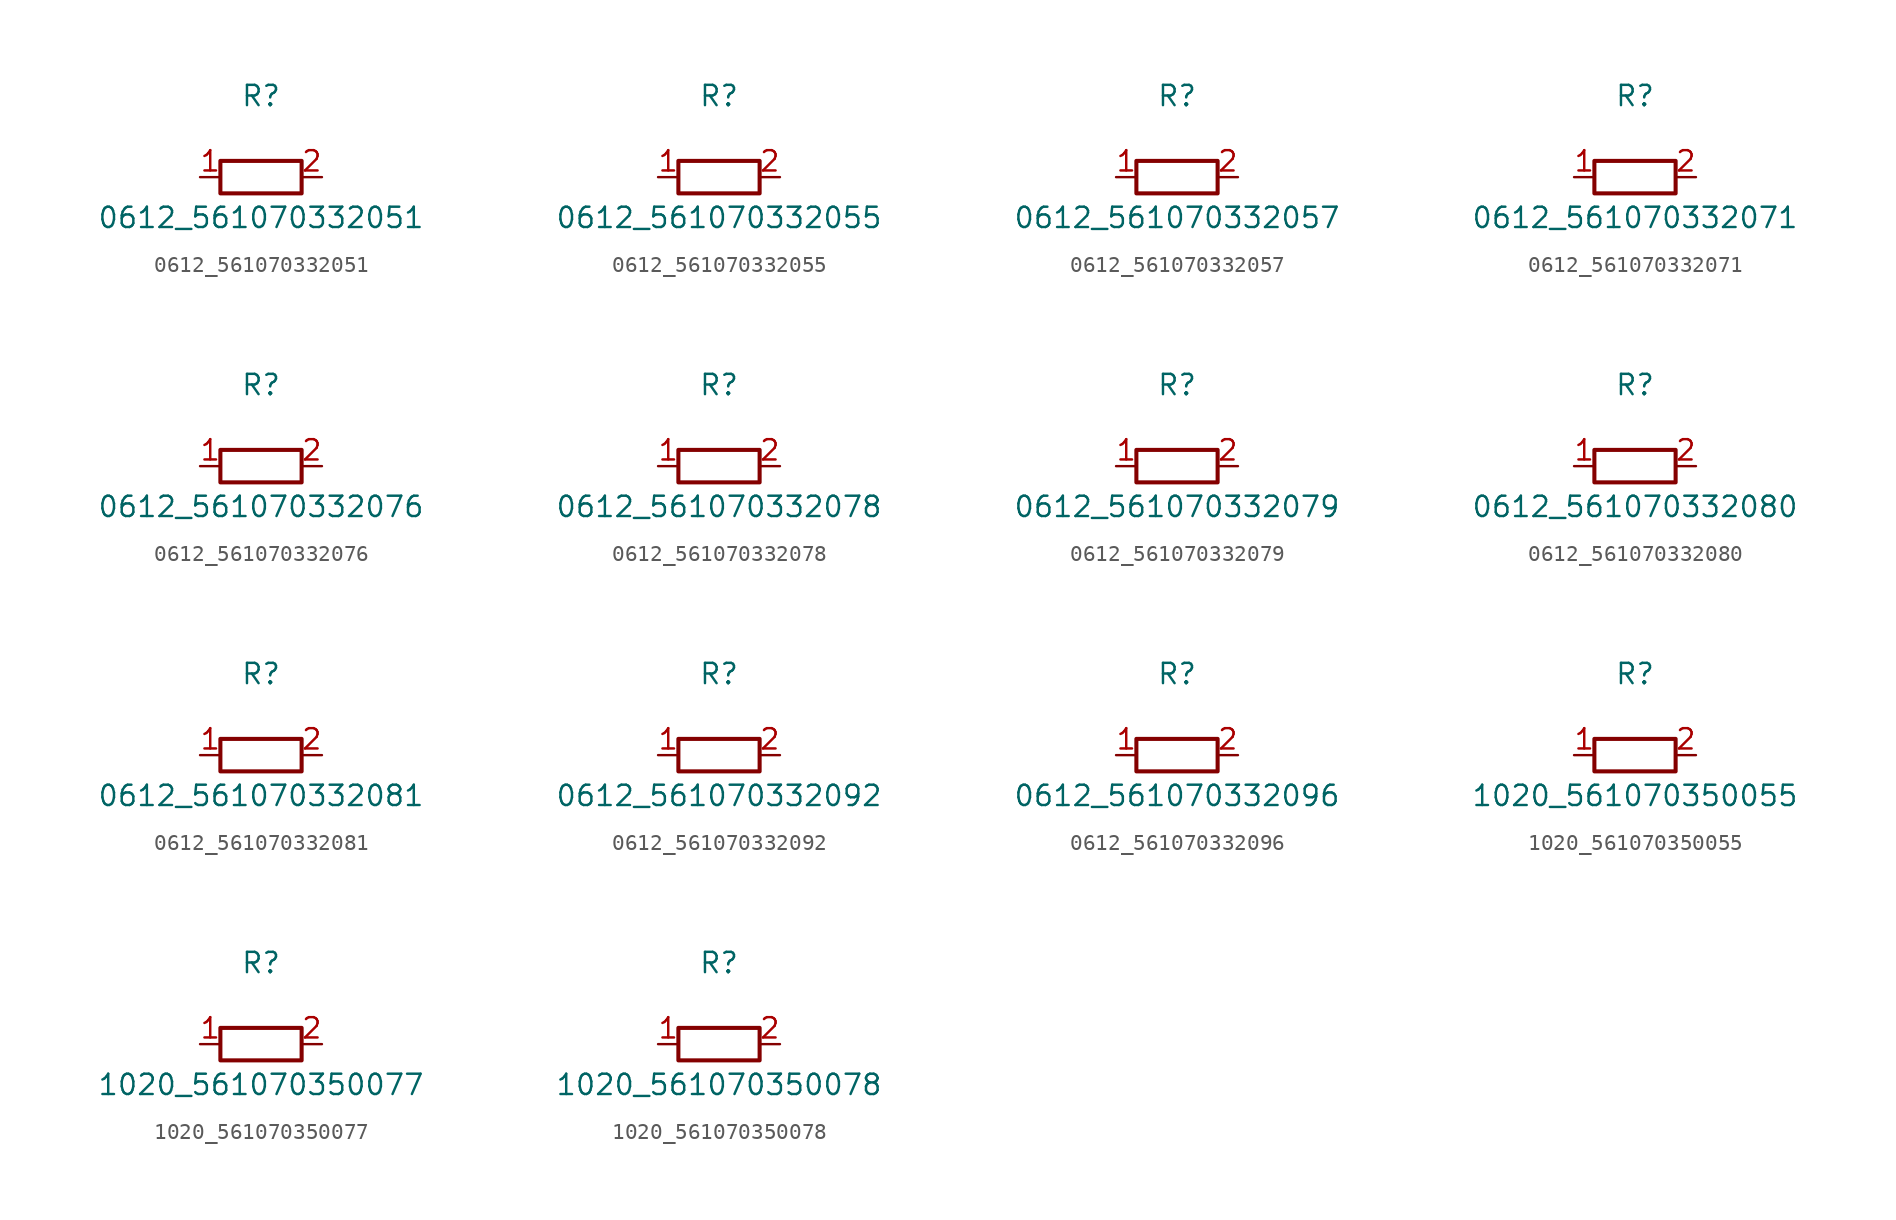
<source format=kicad_sym>
(kicad_symbol_lib
  (version 20220914)
  (generator kicad_symbol_editor)
  (symbol "0612_561070332051"
    (pin_names hide)
    (property "Reference" "R"
      (at 0 5.08 0)
      (effects (font (size 1.27 1.27))))
    (property "Value" "0612_561070332051"
      (at 0 -2.54 0)
      (effects (font (size 1.27 1.27))))
    (symbol "0612_561070332051_0_1"
      (rectangle (start -2.54 -1.016) (end 2.54 1.016) (stroke (width 0.254) (type default)) (fill (type none))))
    (symbol "0612_561070332051_1_1"
      (pin passive line (at -3.81 0 0) (length 1.27) (name "~" (effects (font (size 1.27 1.27)))) (number "1" (effects (font (size 1.27 1.27)))))
      (pin passive line (at 3.81 0 180) (length 1.27) (name "~" (effects (font (size 1.27 1.27)))) (number "2" (effects (font (size 1.27 1.27)))))))
  (symbol "0612_561070332055"
    (pin_names hide)
    (property "Reference" "R"
      (at 0 5.08 0)
      (effects (font (size 1.27 1.27))))
    (property "Value" "0612_561070332055"
      (at 0 -2.54 0)
      (effects (font (size 1.27 1.27))))
    (symbol "0612_561070332055_0_1"
      (rectangle (start -2.54 -1.016) (end 2.54 1.016) (stroke (width 0.254) (type default)) (fill (type none))))
    (symbol "0612_561070332055_1_1"
      (pin passive line (at -3.81 0 0) (length 1.27) (name "~" (effects (font (size 1.27 1.27)))) (number "1" (effects (font (size 1.27 1.27)))))
      (pin passive line (at 3.81 0 180) (length 1.27) (name "~" (effects (font (size 1.27 1.27)))) (number "2" (effects (font (size 1.27 1.27)))))))
  (symbol "0612_561070332057"
    (pin_names hide)
    (property "Reference" "R"
      (at 0 5.08 0)
      (effects (font (size 1.27 1.27))))
    (property "Value" "0612_561070332057"
      (at 0 -2.54 0)
      (effects (font (size 1.27 1.27))))
    (symbol "0612_561070332057_0_1"
      (rectangle (start -2.54 -1.016) (end 2.54 1.016) (stroke (width 0.254) (type default)) (fill (type none))))
    (symbol "0612_561070332057_1_1"
      (pin passive line (at -3.81 0 0) (length 1.27) (name "~" (effects (font (size 1.27 1.27)))) (number "1" (effects (font (size 1.27 1.27)))))
      (pin passive line (at 3.81 0 180) (length 1.27) (name "~" (effects (font (size 1.27 1.27)))) (number "2" (effects (font (size 1.27 1.27)))))))
  (symbol "0612_561070332071"
    (pin_names hide)
    (property "Reference" "R"
      (at 0 5.08 0)
      (effects (font (size 1.27 1.27))))
    (property "Value" "0612_561070332071"
      (at 0 -2.54 0)
      (effects (font (size 1.27 1.27))))
    (symbol "0612_561070332071_0_1"
      (rectangle (start -2.54 -1.016) (end 2.54 1.016) (stroke (width 0.254) (type default)) (fill (type none))))
    (symbol "0612_561070332071_1_1"
      (pin passive line (at -3.81 0 0) (length 1.27) (name "~" (effects (font (size 1.27 1.27)))) (number "1" (effects (font (size 1.27 1.27)))))
      (pin passive line (at 3.81 0 180) (length 1.27) (name "~" (effects (font (size 1.27 1.27)))) (number "2" (effects (font (size 1.27 1.27)))))))
  (symbol "0612_561070332076"
    (pin_names hide)
    (property "Reference" "R"
      (at 0 5.08 0)
      (effects (font (size 1.27 1.27))))
    (property "Value" "0612_561070332076"
      (at 0 -2.54 0)
      (effects (font (size 1.27 1.27))))
    (symbol "0612_561070332076_0_1"
      (rectangle (start -2.54 -1.016) (end 2.54 1.016) (stroke (width 0.254) (type default)) (fill (type none))))
    (symbol "0612_561070332076_1_1"
      (pin passive line (at -3.81 0 0) (length 1.27) (name "~" (effects (font (size 1.27 1.27)))) (number "1" (effects (font (size 1.27 1.27)))))
      (pin passive line (at 3.81 0 180) (length 1.27) (name "~" (effects (font (size 1.27 1.27)))) (number "2" (effects (font (size 1.27 1.27)))))))
  (symbol "0612_561070332078"
    (pin_names hide)
    (property "Reference" "R"
      (at 0 5.08 0)
      (effects (font (size 1.27 1.27))))
    (property "Value" "0612_561070332078"
      (at 0 -2.54 0)
      (effects (font (size 1.27 1.27))))
    (symbol "0612_561070332078_0_1"
      (rectangle (start -2.54 -1.016) (end 2.54 1.016) (stroke (width 0.254) (type default)) (fill (type none))))
    (symbol "0612_561070332078_1_1"
      (pin passive line (at -3.81 0 0) (length 1.27) (name "~" (effects (font (size 1.27 1.27)))) (number "1" (effects (font (size 1.27 1.27)))))
      (pin passive line (at 3.81 0 180) (length 1.27) (name "~" (effects (font (size 1.27 1.27)))) (number "2" (effects (font (size 1.27 1.27)))))))
  (symbol "0612_561070332079"
    (pin_names hide)
    (property "Reference" "R"
      (at 0 5.08 0)
      (effects (font (size 1.27 1.27))))
    (property "Value" "0612_561070332079"
      (at 0 -2.54 0)
      (effects (font (size 1.27 1.27))))
    (symbol "0612_561070332079_0_1"
      (rectangle (start -2.54 -1.016) (end 2.54 1.016) (stroke (width 0.254) (type default)) (fill (type none))))
    (symbol "0612_561070332079_1_1"
      (pin passive line (at -3.81 0 0) (length 1.27) (name "~" (effects (font (size 1.27 1.27)))) (number "1" (effects (font (size 1.27 1.27)))))
      (pin passive line (at 3.81 0 180) (length 1.27) (name "~" (effects (font (size 1.27 1.27)))) (number "2" (effects (font (size 1.27 1.27)))))))
  (symbol "0612_561070332080"
    (pin_names hide)
    (property "Reference" "R"
      (at 0 5.08 0)
      (effects (font (size 1.27 1.27))))
    (property "Value" "0612_561070332080"
      (at 0 -2.54 0)
      (effects (font (size 1.27 1.27))))
    (symbol "0612_561070332080_0_1"
      (rectangle (start -2.54 -1.016) (end 2.54 1.016) (stroke (width 0.254) (type default)) (fill (type none))))
    (symbol "0612_561070332080_1_1"
      (pin passive line (at -3.81 0 0) (length 1.27) (name "~" (effects (font (size 1.27 1.27)))) (number "1" (effects (font (size 1.27 1.27)))))
      (pin passive line (at 3.81 0 180) (length 1.27) (name "~" (effects (font (size 1.27 1.27)))) (number "2" (effects (font (size 1.27 1.27)))))))
  (symbol "0612_561070332081"
    (pin_names hide)
    (property "Reference" "R"
      (at 0 5.08 0)
      (effects (font (size 1.27 1.27))))
    (property "Value" "0612_561070332081"
      (at 0 -2.54 0)
      (effects (font (size 1.27 1.27))))
    (symbol "0612_561070332081_0_1"
      (rectangle (start -2.54 -1.016) (end 2.54 1.016) (stroke (width 0.254) (type default)) (fill (type none))))
    (symbol "0612_561070332081_1_1"
      (pin passive line (at -3.81 0 0) (length 1.27) (name "~" (effects (font (size 1.27 1.27)))) (number "1" (effects (font (size 1.27 1.27)))))
      (pin passive line (at 3.81 0 180) (length 1.27) (name "~" (effects (font (size 1.27 1.27)))) (number "2" (effects (font (size 1.27 1.27)))))))
  (symbol "0612_561070332092"
    (pin_names hide)
    (property "Reference" "R"
      (at 0 5.08 0)
      (effects (font (size 1.27 1.27))))
    (property "Value" "0612_561070332092"
      (at 0 -2.54 0)
      (effects (font (size 1.27 1.27))))
    (symbol "0612_561070332092_0_1"
      (rectangle (start -2.54 -1.016) (end 2.54 1.016) (stroke (width 0.254) (type default)) (fill (type none))))
    (symbol "0612_561070332092_1_1"
      (pin passive line (at -3.81 0 0) (length 1.27) (name "~" (effects (font (size 1.27 1.27)))) (number "1" (effects (font (size 1.27 1.27)))))
      (pin passive line (at 3.81 0 180) (length 1.27) (name "~" (effects (font (size 1.27 1.27)))) (number "2" (effects (font (size 1.27 1.27)))))))
  (symbol "0612_561070332096"
    (pin_names hide)
    (property "Reference" "R"
      (at 0 5.08 0)
      (effects (font (size 1.27 1.27))))
    (property "Value" "0612_561070332096"
      (at 0 -2.54 0)
      (effects (font (size 1.27 1.27))))
    (symbol "0612_561070332096_0_1"
      (rectangle (start -2.54 -1.016) (end 2.54 1.016) (stroke (width 0.254) (type default)) (fill (type none))))
    (symbol "0612_561070332096_1_1"
      (pin passive line (at -3.81 0 0) (length 1.27) (name "~" (effects (font (size 1.27 1.27)))) (number "1" (effects (font (size 1.27 1.27)))))
      (pin passive line (at 3.81 0 180) (length 1.27) (name "~" (effects (font (size 1.27 1.27)))) (number "2" (effects (font (size 1.27 1.27)))))))
  (symbol "1020_561070350055"
    (pin_names hide)
    (property "Reference" "R"
      (at 0 5.08 0)
      (effects (font (size 1.27 1.27))))
    (property "Value" "1020_561070350055"
      (at 0 -2.54 0)
      (effects (font (size 1.27 1.27))))
    (symbol "1020_561070350055_0_1"
      (rectangle (start -2.54 -1.016) (end 2.54 1.016) (stroke (width 0.254) (type default)) (fill (type none))))
    (symbol "1020_561070350055_1_1"
      (pin passive line (at -3.81 0 0) (length 1.27) (name "~" (effects (font (size 1.27 1.27)))) (number "1" (effects (font (size 1.27 1.27)))))
      (pin passive line (at 3.81 0 180) (length 1.27) (name "~" (effects (font (size 1.27 1.27)))) (number "2" (effects (font (size 1.27 1.27)))))))
  (symbol "1020_561070350077"
    (pin_names hide)
    (property "Reference" "R"
      (at 0 5.08 0)
      (effects (font (size 1.27 1.27))))
    (property "Value" "1020_561070350077"
      (at 0 -2.54 0)
      (effects (font (size 1.27 1.27))))
    (symbol "1020_561070350077_0_1"
      (rectangle (start -2.54 -1.016) (end 2.54 1.016) (stroke (width 0.254) (type default)) (fill (type none))))
    (symbol "1020_561070350077_1_1"
      (pin passive line (at -3.81 0 0) (length 1.27) (name "~" (effects (font (size 1.27 1.27)))) (number "1" (effects (font (size 1.27 1.27)))))
      (pin passive line (at 3.81 0 180) (length 1.27) (name "~" (effects (font (size 1.27 1.27)))) (number "2" (effects (font (size 1.27 1.27)))))))
  (symbol "1020_561070350078"
    (pin_names hide)
    (property "Reference" "R"
      (at 0 5.08 0)
      (effects (font (size 1.27 1.27))))
    (property "Value" "1020_561070350078"
      (at 0 -2.54 0)
      (effects (font (size 1.27 1.27))))
    (symbol "1020_561070350078_0_1"
      (rectangle (start -2.54 -1.016) (end 2.54 1.016) (stroke (width 0.254) (type default)) (fill (type none))))
    (symbol "1020_561070350078_1_1"
      (pin passive line (at -3.81 0 0) (length 1.27) (name "~" (effects (font (size 1.27 1.27)))) (number "1" (effects (font (size 1.27 1.27)))))
      (pin passive line (at 3.81 0 180) (length 1.27) (name "~" (effects (font (size 1.27 1.27)))) (number "2" (effects (font (size 1.27 1.27))))))))
</source>
